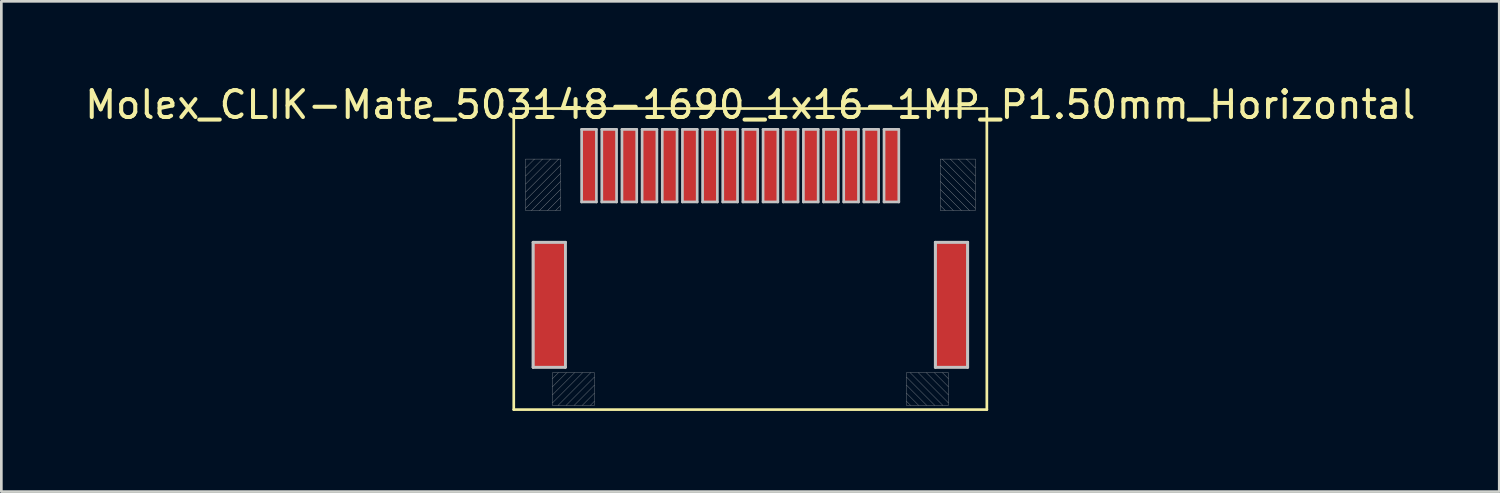
<source format=kicad_pcb>
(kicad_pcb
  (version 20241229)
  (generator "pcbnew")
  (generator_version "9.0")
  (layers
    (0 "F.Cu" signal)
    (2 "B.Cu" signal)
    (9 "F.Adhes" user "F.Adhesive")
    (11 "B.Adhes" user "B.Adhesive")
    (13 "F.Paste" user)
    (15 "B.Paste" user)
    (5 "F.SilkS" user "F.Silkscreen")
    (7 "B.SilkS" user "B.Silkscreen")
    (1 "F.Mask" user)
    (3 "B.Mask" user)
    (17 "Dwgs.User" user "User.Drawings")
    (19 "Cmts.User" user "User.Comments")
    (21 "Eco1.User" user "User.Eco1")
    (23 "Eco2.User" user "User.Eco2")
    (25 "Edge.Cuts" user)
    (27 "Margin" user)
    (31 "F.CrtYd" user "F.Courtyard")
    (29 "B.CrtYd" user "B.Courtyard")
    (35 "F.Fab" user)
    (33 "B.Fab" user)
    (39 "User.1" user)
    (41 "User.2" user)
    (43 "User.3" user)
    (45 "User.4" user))
  (footprint "Molex_CLIK-Mate_503148-1690_1x16-1MP_P1.50mm_Horizontal"
    (layer "F.Cu")
    (at 24.863 7.088)
    (property "Reference" "Molex_CLIK-Mate_503148-1690_1x16-1MP_P1.50mm_Horizontal" (at 0 -6.24 0) (layer "F.SilkS") (effects (font (size 1 1) (thickness 0.15))))
    (attr through_hole)
    (fp_line (start -8.8 -6.1) (end 8.8 -6.1) (stroke (width 0.1) (type solid)) (layer "F.SilkS"))
    (fp_line (start -8.8 5.1) (end -8.8 -6.1) (stroke (width 0.1) (type solid)) (layer "F.SilkS"))
    (fp_line (start 8.8 5.1) (end -8.8 5.1) (stroke (width 0.1) (type solid)) (layer "F.SilkS"))
    (fp_line (start 8.8 5.1) (end 8.8 -6.1) (stroke (width 0.1) (type solid)) (layer "F.SilkS"))
    (fp_line (start -8.36 -4.22) (end -8.36 -2.31) (stroke (width 0.01) (type solid)) (layer "Dwgs.User"))
    (fp_line (start -8.36 -2.99) (end -7.13 -4.22) (stroke (width 0.01) (type solid)) (layer "Dwgs.User"))
    (fp_line (start -8.36 -2.69) (end -7.06 -3.99) (stroke (width 0.01) (type solid)) (layer "Dwgs.User"))
    (fp_line (start -8.36 -2.31) (end -7.06 -2.31) (stroke (width 0.01) (type solid)) (layer "Dwgs.User"))
    (fp_line (start -8.08 -1.125) (end -6.88 -1.125) (stroke (width 0.1) (type solid)) (layer "Dwgs.User"))
    (fp_line (start -8.08 -1.125) (end -6.88 -1.125) (stroke (width 0.1) (type solid)) (layer "Dwgs.User"))
    (fp_line (start -8.08 3.525) (end -8.08 -1.125) (stroke (width 0.1) (type solid)) (layer "Dwgs.User"))
    (fp_line (start -8.08 3.525) (end -8.08 -1.125) (stroke (width 0.1) (type solid)) (layer "Dwgs.User"))
    (fp_line (start -8.03 -4.22) (end -8.36 -3.89) (stroke (width 0.01) (type solid)) (layer "Dwgs.User"))
    (fp_line (start -7.84 -2.31) (end -7.06 -3.09) (stroke (width 0.01) (type solid)) (layer "Dwgs.User"))
    (fp_line (start -7.73 -4.22) (end -8.36 -3.59) (stroke (width 0.01) (type solid)) (layer "Dwgs.User"))
    (fp_line (start -7.54 -2.31) (end -7.06 -2.79) (stroke (width 0.01) (type solid)) (layer "Dwgs.User"))
    (fp_line (start -7.43 -4.22) (end -8.36 -3.29) (stroke (width 0.01) (type solid)) (layer "Dwgs.User"))
    (fp_line (start -7.36 3.73) (end -5.8 3.73) (stroke (width 0.01) (type solid)) (layer "Dwgs.User"))
    (fp_line (start -7.36 4.55) (end -6.54 3.73) (stroke (width 0.01) (type solid)) (layer "Dwgs.User"))
    (fp_line (start -7.36 4.85) (end -6.24 3.73) (stroke (width 0.01) (type solid)) (layer "Dwgs.User"))
    (fp_line (start -7.36 4.94) (end -7.36 3.73) (stroke (width 0.01) (type solid)) (layer "Dwgs.User"))
    (fp_line (start -7.24 -2.31) (end -7.06 -2.49) (stroke (width 0.01) (type solid)) (layer "Dwgs.User"))
    (fp_line (start -7.14 3.73) (end -7.36 3.95) (stroke (width 0.01) (type solid)) (layer "Dwgs.User"))
    (fp_line (start -7.06 -4.22) (end -8.36 -4.22) (stroke (width 0.01) (type solid)) (layer "Dwgs.User"))
    (fp_line (start -7.06 -3.69) (end -8.36 -2.39) (stroke (width 0.01) (type solid)) (layer "Dwgs.User"))
    (fp_line (start -7.06 -3.39) (end -8.14 -2.31) (stroke (width 0.01) (type solid)) (layer "Dwgs.User"))
    (fp_line (start -7.06 -2.31) (end -7.06 -4.22) (stroke (width 0.01) (type solid)) (layer "Dwgs.User"))
    (fp_line (start -6.88 -1.125) (end -6.88 3.525) (stroke (width 0.1) (type solid)) (layer "Dwgs.User"))
    (fp_line (start -6.88 -1.125) (end -6.88 3.525) (stroke (width 0.1) (type solid)) (layer "Dwgs.User"))
    (fp_line (start -6.88 3.525) (end -8.08 3.525) (stroke (width 0.1) (type solid)) (layer "Dwgs.User"))
    (fp_line (start -6.88 3.525) (end -8.08 3.525) (stroke (width 0.1) (type solid)) (layer "Dwgs.User"))
    (fp_line (start -6.84 3.73) (end -7.36 4.25) (stroke (width 0.01) (type solid)) (layer "Dwgs.User"))
    (fp_line (start -6.55 4.94) (end -5.8 4.19) (stroke (width 0.01) (type solid)) (layer "Dwgs.User"))
    (fp_line (start -6.275 -5.325) (end -5.725 -5.325) (stroke (width 0.1) (type solid)) (layer "Dwgs.User"))
    (fp_line (start -6.275 -2.625) (end -6.275 -5.325) (stroke (width 0.1) (type solid)) (layer "Dwgs.User"))
    (fp_line (start -6.25 4.94) (end -5.8 4.49) (stroke (width 0.01) (type solid)) (layer "Dwgs.User"))
    (fp_line (start -5.95 4.94) (end -5.8 4.79) (stroke (width 0.01) (type solid)) (layer "Dwgs.User"))
    (fp_line (start -5.94 3.73) (end -7.15 4.94) (stroke (width 0.01) (type solid)) (layer "Dwgs.User"))
    (fp_line (start -5.8 3.73) (end -5.8 4.94) (stroke (width 0.01) (type solid)) (layer "Dwgs.User"))
    (fp_line (start -5.8 3.89) (end -6.85 4.94) (stroke (width 0.01) (type solid)) (layer "Dwgs.User"))
    (fp_line (start -5.8 4.94) (end -7.36 4.94) (stroke (width 0.01) (type solid)) (layer "Dwgs.User"))
    (fp_line (start -5.725 -5.325) (end -5.725 -2.625) (stroke (width 0.1) (type solid)) (layer "Dwgs.User"))
    (fp_line (start -5.725 -2.625) (end -6.275 -2.625) (stroke (width 0.1) (type solid)) (layer "Dwgs.User"))
    (fp_line (start -5.525 -5.325) (end -4.975 -5.325) (stroke (width 0.1) (type solid)) (layer "Dwgs.User"))
    (fp_line (start -5.525 -2.625) (end -5.525 -5.325) (stroke (width 0.1) (type solid)) (layer "Dwgs.User"))
    (fp_line (start -4.975 -5.325) (end -4.975 -2.625) (stroke (width 0.1) (type solid)) (layer "Dwgs.User"))
    (fp_line (start -4.975 -2.625) (end -5.525 -2.625) (stroke (width 0.1) (type solid)) (layer "Dwgs.User"))
    (fp_line (start -4.775 -5.325) (end -4.225 -5.325) (stroke (width 0.1) (type solid)) (layer "Dwgs.User"))
    (fp_line (start -4.775 -2.625) (end -4.775 -5.325) (stroke (width 0.1) (type solid)) (layer "Dwgs.User"))
    (fp_line (start -4.225 -5.325) (end -4.225 -2.625) (stroke (width 0.1) (type solid)) (layer "Dwgs.User"))
    (fp_line (start -4.225 -2.625) (end -4.775 -2.625) (stroke (width 0.1) (type solid)) (layer "Dwgs.User"))
    (fp_line (start -4.025 -5.325) (end -3.475 -5.325) (stroke (width 0.1) (type solid)) (layer "Dwgs.User"))
    (fp_line (start -4.025 -2.625) (end -4.025 -5.325) (stroke (width 0.1) (type solid)) (layer "Dwgs.User"))
    (fp_line (start -3.475 -5.325) (end -3.475 -2.625) (stroke (width 0.1) (type solid)) (layer "Dwgs.User"))
    (fp_line (start -3.475 -2.625) (end -4.025 -2.625) (stroke (width 0.1) (type solid)) (layer "Dwgs.User"))
    (fp_line (start -3.275 -5.325) (end -2.725 -5.325) (stroke (width 0.1) (type solid)) (layer "Dwgs.User"))
    (fp_line (start -3.275 -2.625) (end -3.275 -5.325) (stroke (width 0.1) (type solid)) (layer "Dwgs.User"))
    (fp_line (start -2.725 -5.325) (end -2.725 -2.625) (stroke (width 0.1) (type solid)) (layer "Dwgs.User"))
    (fp_line (start -2.725 -2.625) (end -3.275 -2.625) (stroke (width 0.1) (type solid)) (layer "Dwgs.User"))
    (fp_line (start -2.525 -5.325) (end -1.975 -5.325) (stroke (width 0.1) (type solid)) (layer "Dwgs.User"))
    (fp_line (start -2.525 -2.625) (end -2.525 -5.325) (stroke (width 0.1) (type solid)) (layer "Dwgs.User"))
    (fp_line (start -1.975 -5.325) (end -1.975 -2.625) (stroke (width 0.1) (type solid)) (layer "Dwgs.User"))
    (fp_line (start -1.975 -2.625) (end -2.525 -2.625) (stroke (width 0.1) (type solid)) (layer "Dwgs.User"))
    (fp_line (start -1.775 -5.325) (end -1.225 -5.325) (stroke (width 0.1) (type solid)) (layer "Dwgs.User"))
    (fp_line (start -1.775 -2.625) (end -1.775 -5.325) (stroke (width 0.1) (type solid)) (layer "Dwgs.User"))
    (fp_line (start -1.225 -5.325) (end -1.225 -2.625) (stroke (width 0.1) (type solid)) (layer "Dwgs.User"))
    (fp_line (start -1.225 -2.625) (end -1.775 -2.625) (stroke (width 0.1) (type solid)) (layer "Dwgs.User"))
    (fp_line (start -1.025 -5.325) (end -0.475 -5.325) (stroke (width 0.1) (type solid)) (layer "Dwgs.User"))
    (fp_line (start -1.025 -2.625) (end -1.025 -5.325) (stroke (width 0.1) (type solid)) (layer "Dwgs.User"))
    (fp_line (start -0.475 -5.325) (end -0.475 -2.625) (stroke (width 0.1) (type solid)) (layer "Dwgs.User"))
    (fp_line (start -0.475 -2.625) (end -1.025 -2.625) (stroke (width 0.1) (type solid)) (layer "Dwgs.User"))
    (fp_line (start -0.275 -5.325) (end 0.275 -5.325) (stroke (width 0.1) (type solid)) (layer "Dwgs.User"))
    (fp_line (start -0.275 -2.625) (end -0.275 -5.325) (stroke (width 0.1) (type solid)) (layer "Dwgs.User"))
    (fp_line (start 0.275 -5.325) (end 0.275 -2.625) (stroke (width 0.1) (type solid)) (layer "Dwgs.User"))
    (fp_line (start 0.275 -2.625) (end -0.275 -2.625) (stroke (width 0.1) (type solid)) (layer "Dwgs.User"))
    (fp_line (start 0.475 -5.325) (end 1.025 -5.325) (stroke (width 0.1) (type solid)) (layer "Dwgs.User"))
    (fp_line (start 0.475 -2.625) (end 0.475 -5.325) (stroke (width 0.1) (type solid)) (layer "Dwgs.User"))
    (fp_line (start 1.025 -5.325) (end 1.025 -2.625) (stroke (width 0.1) (type solid)) (layer "Dwgs.User"))
    (fp_line (start 1.025 -2.625) (end 0.475 -2.625) (stroke (width 0.1) (type solid)) (layer "Dwgs.User"))
    (fp_line (start 1.225 -5.325) (end 1.775 -5.325) (stroke (width 0.1) (type solid)) (layer "Dwgs.User"))
    (fp_line (start 1.225 -2.625) (end 1.225 -5.325) (stroke (width 0.1) (type solid)) (layer "Dwgs.User"))
    (fp_line (start 1.775 -5.325) (end 1.775 -2.625) (stroke (width 0.1) (type solid)) (layer "Dwgs.User"))
    (fp_line (start 1.775 -2.625) (end 1.225 -2.625) (stroke (width 0.1) (type solid)) (layer "Dwgs.User"))
    (fp_line (start 1.975 -5.325) (end 2.525 -5.325) (stroke (width 0.1) (type solid)) (layer "Dwgs.User"))
    (fp_line (start 1.975 -2.625) (end 1.975 -5.325) (stroke (width 0.1) (type solid)) (layer "Dwgs.User"))
    (fp_line (start 2.525 -5.325) (end 2.525 -2.625) (stroke (width 0.1) (type solid)) (layer "Dwgs.User"))
    (fp_line (start 2.525 -2.625) (end 1.975 -2.625) (stroke (width 0.1) (type solid)) (layer "Dwgs.User"))
    (fp_line (start 2.725 -5.325) (end 3.275 -5.325) (stroke (width 0.1) (type solid)) (layer "Dwgs.User"))
    (fp_line (start 2.725 -2.625) (end 2.725 -5.325) (stroke (width 0.1) (type solid)) (layer "Dwgs.User"))
    (fp_line (start 3.275 -5.325) (end 3.275 -2.625) (stroke (width 0.1) (type solid)) (layer "Dwgs.User"))
    (fp_line (start 3.275 -2.625) (end 2.725 -2.625) (stroke (width 0.1) (type solid)) (layer "Dwgs.User"))
    (fp_line (start 3.475 -5.325) (end 4.025 -5.325) (stroke (width 0.1) (type solid)) (layer "Dwgs.User"))
    (fp_line (start 3.475 -2.625) (end 3.475 -5.325) (stroke (width 0.1) (type solid)) (layer "Dwgs.User"))
    (fp_line (start 4.025 -5.325) (end 4.025 -2.625) (stroke (width 0.1) (type solid)) (layer "Dwgs.User"))
    (fp_line (start 4.025 -2.625) (end 3.475 -2.625) (stroke (width 0.1) (type solid)) (layer "Dwgs.User"))
    (fp_line (start 4.225 -5.325) (end 4.775 -5.325) (stroke (width 0.1) (type solid)) (layer "Dwgs.User"))
    (fp_line (start 4.225 -2.625) (end 4.225 -5.325) (stroke (width 0.1) (type solid)) (layer "Dwgs.User"))
    (fp_line (start 4.775 -5.325) (end 4.775 -2.625) (stroke (width 0.1) (type solid)) (layer "Dwgs.User"))
    (fp_line (start 4.775 -2.625) (end 4.225 -2.625) (stroke (width 0.1) (type solid)) (layer "Dwgs.User"))
    (fp_line (start 4.975 -5.325) (end 5.525 -5.325) (stroke (width 0.1) (type solid)) (layer "Dwgs.User"))
    (fp_line (start 4.975 -2.625) (end 4.975 -5.325) (stroke (width 0.1) (type solid)) (layer "Dwgs.User"))
    (fp_line (start 5.525 -5.325) (end 5.525 -2.625) (stroke (width 0.1) (type solid)) (layer "Dwgs.User"))
    (fp_line (start 5.525 -2.625) (end 4.975 -2.625) (stroke (width 0.1) (type solid)) (layer "Dwgs.User"))
    (fp_line (start 5.81 3.73) (end 5.81 4.94) (stroke (width 0.01) (type solid)) (layer "Dwgs.User"))
    (fp_line (start 5.81 3.89) (end 6.86 4.94) (stroke (width 0.01) (type solid)) (layer "Dwgs.User"))
    (fp_line (start 5.81 4.94) (end 7.37 4.94) (stroke (width 0.01) (type solid)) (layer "Dwgs.User"))
    (fp_line (start 5.95 3.73) (end 7.16 4.94) (stroke (width 0.01) (type solid)) (layer "Dwgs.User"))
    (fp_line (start 5.96 4.94) (end 5.81 4.79) (stroke (width 0.01) (type solid)) (layer "Dwgs.User"))
    (fp_line (start 6.26 4.94) (end 5.81 4.49) (stroke (width 0.01) (type solid)) (layer "Dwgs.User"))
    (fp_line (start 6.56 4.94) (end 5.81 4.19) (stroke (width 0.01) (type solid)) (layer "Dwgs.User"))
    (fp_line (start 6.85 3.73) (end 7.37 4.25) (stroke (width 0.01) (type solid)) (layer "Dwgs.User"))
    (fp_line (start 6.88 -1.125) (end 8.08 -1.125) (stroke (width 0.1) (type solid)) (layer "Dwgs.User"))
    (fp_line (start 6.88 3.525) (end 6.88 -1.125) (stroke (width 0.1) (type solid)) (layer "Dwgs.User"))
    (fp_line (start 6.89 -1.125) (end 6.89 3.525) (stroke (width 0.1) (type solid)) (layer "Dwgs.User"))
    (fp_line (start 6.89 3.525) (end 8.09 3.525) (stroke (width 0.1) (type solid)) (layer "Dwgs.User"))
    (fp_line (start 7.07 -4.22) (end 8.37 -4.22) (stroke (width 0.01) (type solid)) (layer "Dwgs.User"))
    (fp_line (start 7.07 -3.69) (end 8.37 -2.39) (stroke (width 0.01) (type solid)) (layer "Dwgs.User"))
    (fp_line (start 7.07 -3.39) (end 8.15 -2.31) (stroke (width 0.01) (type solid)) (layer "Dwgs.User"))
    (fp_line (start 7.07 -2.31) (end 7.07 -4.22) (stroke (width 0.01) (type solid)) (layer "Dwgs.User"))
    (fp_line (start 7.15 3.73) (end 7.37 3.95) (stroke (width 0.01) (type solid)) (layer "Dwgs.User"))
    (fp_line (start 7.25 -2.31) (end 7.07 -2.49) (stroke (width 0.01) (type solid)) (layer "Dwgs.User"))
    (fp_line (start 7.37 3.73) (end 5.81 3.73) (stroke (width 0.01) (type solid)) (layer "Dwgs.User"))
    (fp_line (start 7.37 4.55) (end 6.55 3.73) (stroke (width 0.01) (type solid)) (layer "Dwgs.User"))
    (fp_line (start 7.37 4.85) (end 6.25 3.73) (stroke (width 0.01) (type solid)) (layer "Dwgs.User"))
    (fp_line (start 7.37 4.94) (end 7.37 3.73) (stroke (width 0.01) (type solid)) (layer "Dwgs.User"))
    (fp_line (start 7.44 -4.22) (end 8.37 -3.29) (stroke (width 0.01) (type solid)) (layer "Dwgs.User"))
    (fp_line (start 7.55 -2.31) (end 7.07 -2.79) (stroke (width 0.01) (type solid)) (layer "Dwgs.User"))
    (fp_line (start 7.74 -4.22) (end 8.37 -3.59) (stroke (width 0.01) (type solid)) (layer "Dwgs.User"))
    (fp_line (start 7.85 -2.31) (end 7.07 -3.09) (stroke (width 0.01) (type solid)) (layer "Dwgs.User"))
    (fp_line (start 8.04 -4.22) (end 8.37 -3.89) (stroke (width 0.01) (type solid)) (layer "Dwgs.User"))
    (fp_line (start 8.08 -1.125) (end 8.08 3.525) (stroke (width 0.1) (type solid)) (layer "Dwgs.User"))
    (fp_line (start 8.08 3.525) (end 6.88 3.525) (stroke (width 0.1) (type solid)) (layer "Dwgs.User"))
    (fp_line (start 8.09 -1.125) (end 6.89 -1.125) (stroke (width 0.1) (type solid)) (layer "Dwgs.User"))
    (fp_line (start 8.09 3.525) (end 8.09 -1.125) (stroke (width 0.1) (type solid)) (layer "Dwgs.User"))
    (fp_line (start 8.37 -4.22) (end 8.37 -2.31) (stroke (width 0.01) (type solid)) (layer "Dwgs.User"))
    (fp_line (start 8.37 -2.99) (end 7.14 -4.22) (stroke (width 0.01) (type solid)) (layer "Dwgs.User"))
    (fp_line (start 8.37 -2.69) (end 7.07 -3.99) (stroke (width 0.01) (type solid)) (layer "Dwgs.User"))
    (fp_line (start 8.37 -2.31) (end 7.07 -2.31) (stroke (width 0.01) (type solid)) (layer "Dwgs.User"))
    (pad "1" smd rect (at 5.25 -3.97) (size 0.55 2.7) (layers "F.Cu" "F.Mask" "F.Paste"))
    (pad "2" smd rect (at 4.5 -3.97) (size 0.55 2.7) (layers "F.Cu" "F.Mask" "F.Paste"))
    (pad "3" smd rect (at 3.75 -3.97) (size 0.55 2.7) (layers "F.Cu" "F.Mask" "F.Paste"))
    (pad "4" smd rect (at 3 -3.97) (size 0.55 2.7) (layers "F.Cu" "F.Mask" "F.Paste"))
    (pad "5" smd rect (at 2.25 -3.97) (size 0.55 2.7) (layers "F.Cu" "F.Mask" "F.Paste"))
    (pad "6" smd rect (at 1.5 -3.97) (size 0.55 2.7) (layers "F.Cu" "F.Mask" "F.Paste"))
    (pad "7" smd rect (at 0.75 -3.97) (size 0.55 2.7) (layers "F.Cu" "F.Mask" "F.Paste"))
    (pad "8" smd rect (at 0 -3.97) (size 0.55 2.7) (layers "F.Cu" "F.Mask" "F.Paste"))
    (pad "9" smd rect (at -0.75 -3.97) (size 0.55 2.7) (layers "F.Cu" "F.Mask" "F.Paste"))
    (pad "10" smd rect (at -1.5 -3.97) (size 0.55 2.7) (layers "F.Cu" "F.Mask" "F.Paste"))
    (pad "11" smd rect (at -2.25 -3.97) (size 0.55 2.7) (layers "F.Cu" "F.Mask" "F.Paste"))
    (pad "12" smd rect (at -3 -3.97) (size 0.55 2.7) (layers "F.Cu" "F.Mask" "F.Paste"))
    (pad "13" smd rect (at -3.75 -3.97) (size 0.55 2.7) (layers "F.Cu" "F.Mask" "F.Paste"))
    (pad "14" smd rect (at -4.5 -3.97) (size 0.55 2.7) (layers "F.Cu" "F.Mask" "F.Paste"))
    (pad "15" smd rect (at -5.25 -3.97) (size 0.55 2.7) (layers "F.Cu" "F.Mask" "F.Paste"))
    (pad "16" smd rect (at -6 -3.97) (size 0.55 2.7) (layers "F.Cu" "F.Mask" "F.Paste"))
    (pad "NC" smd rect (at -7.48 1.21) (size 1.2 4.65) (layers "F.Cu" "F.Mask" "F.Paste"))
    (pad "NC" smd rect (at 7.48 1.21) (size 1.2 4.65) (layers "F.Cu" "F.Mask" "F.Paste")))
  (gr_rect
    (start -3 -3)
    (end 52.726 15.238)
    (stroke (width 0.1) (type default))
    (fill no)
    (layer "Edge.Cuts")))
</source>
